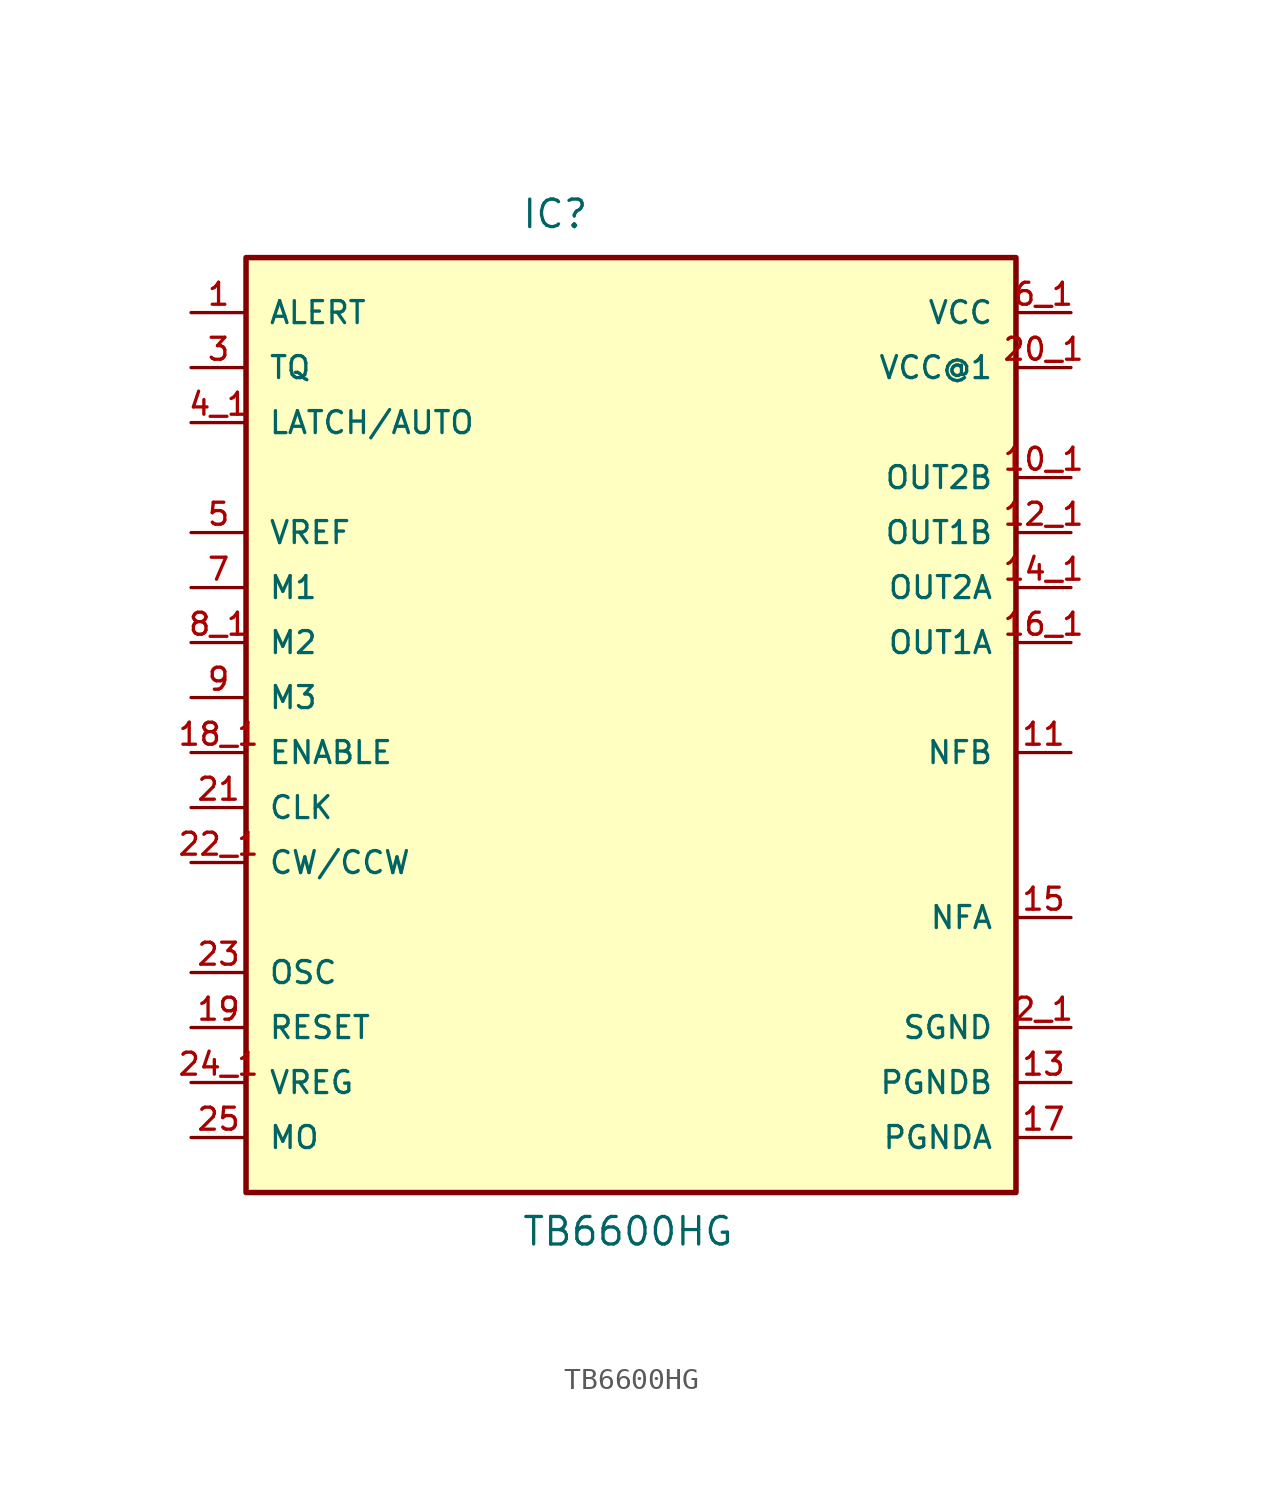
<source format=kicad_sym>
(kicad_symbol_lib
  (version 20211014)
  (generator kicad_symbol_editor)
  (symbol "TB6600HG"
    (pin_names
      (offset 1.016))
    (property "Reference" "IC"
      (at -5.08 21.59 0)
      (effects (font (size 1.27 1.27)) (justify bottom left)))
    (property "Value" "TB6600HG"
      (at -5.08 -25.4 0)
      (effects (font (size 1.27 1.27)) (justify bottom left)))
    (symbol "TB6600HG_0_0"
      (rectangle (start -17.78 -22.86) (end 17.78 20.32) (stroke (width 0.254)) (fill (type background)))
      (pin output line (at -20.32 17.78 0) (length 2.54) (name "ALERT" (effects (font (size 1.016 1.016)))) (number "1" (effects (font (size 1.016 1.016)))))
      (pin power_in line (at 20.32 -15.24 180.0) (length 2.54) (name "SGND" (effects (font (size 1.016 1.016)))) (number "2_1" (effects (font (size 1.016 1.016)))))
      (pin input line (at -20.32 15.24 0) (length 2.54) (name "TQ" (effects (font (size 1.016 1.016)))) (number "3" (effects (font (size 1.016 1.016)))))
      (pin input line (at -20.32 12.7 0) (length 2.54) (name "LATCH/AUTO" (effects (font (size 1.016 1.016)))) (number "4_1" (effects (font (size 1.016 1.016)))))
      (pin input line (at -20.32 7.62 0) (length 2.54) (name "VREF" (effects (font (size 1.016 1.016)))) (number "5" (effects (font (size 1.016 1.016)))))
      (pin power_in line (at 20.32 17.78 180.0) (length 2.54) (name "VCC" (effects (font (size 1.016 1.016)))) (number "6_1" (effects (font (size 1.016 1.016)))))
      (pin input line (at -20.32 5.08 0) (length 2.54) (name "M1" (effects (font (size 1.016 1.016)))) (number "7" (effects (font (size 1.016 1.016)))))
      (pin input line (at -20.32 2.54 0) (length 2.54) (name "M2" (effects (font (size 1.016 1.016)))) (number "8_1" (effects (font (size 1.016 1.016)))))
      (pin input line (at -20.32 0.0 0) (length 2.54) (name "M3" (effects (font (size 1.016 1.016)))) (number "9" (effects (font (size 1.016 1.016)))))
      (pin output line (at 20.32 10.16 180.0) (length 2.54) (name "OUT2B" (effects (font (size 1.016 1.016)))) (number "10_1" (effects (font (size 1.016 1.016)))))
      (pin passive line (at 20.32 -2.54 180.0) (length 2.54) (name "NFB" (effects (font (size 1.016 1.016)))) (number "11" (effects (font (size 1.016 1.016)))))
      (pin output line (at 20.32 7.62 180.0) (length 2.54) (name "OUT1B" (effects (font (size 1.016 1.016)))) (number "12_1" (effects (font (size 1.016 1.016)))))
      (pin power_in line (at 20.32 -17.78 180.0) (length 2.54) (name "PGNDB" (effects (font (size 1.016 1.016)))) (number "13" (effects (font (size 1.016 1.016)))))
      (pin output line (at 20.32 5.08 180.0) (length 2.54) (name "OUT2A" (effects (font (size 1.016 1.016)))) (number "14_1" (effects (font (size 1.016 1.016)))))
      (pin passive line (at 20.32 -10.16 180.0) (length 2.54) (name "NFA" (effects (font (size 1.016 1.016)))) (number "15" (effects (font (size 1.016 1.016)))))
      (pin output line (at 20.32 2.54 180.0) (length 2.54) (name "OUT1A" (effects (font (size 1.016 1.016)))) (number "16_1" (effects (font (size 1.016 1.016)))))
      (pin power_in line (at 20.32 -20.32 180.0) (length 2.54) (name "PGNDA" (effects (font (size 1.016 1.016)))) (number "17" (effects (font (size 1.016 1.016)))))
      (pin input line (at -20.32 -2.54 0) (length 2.54) (name "ENABLE" (effects (font (size 1.016 1.016)))) (number "18_1" (effects (font (size 1.016 1.016)))))
      (pin input line (at -20.32 -15.24 0) (length 2.54) (name "RESET" (effects (font (size 1.016 1.016)))) (number "19" (effects (font (size 1.016 1.016)))))
      (pin input line (at 20.32 15.24 180.0) (length 2.54) (name "VCC@1" (effects (font (size 1.016 1.016)))) (number "20_1" (effects (font (size 1.016 1.016)))))
      (pin input line (at -20.32 -5.08 0) (length 2.54) (name "CLK" (effects (font (size 1.016 1.016)))) (number "21" (effects (font (size 1.016 1.016)))))
      (pin input line (at -20.32 -7.62 0) (length 2.54) (name "CW/CCW" (effects (font (size 1.016 1.016)))) (number "22_1" (effects (font (size 1.016 1.016)))))
      (pin passive line (at -20.32 -12.7 0) (length 2.54) (name "OSC" (effects (font (size 1.016 1.016)))) (number "23" (effects (font (size 1.016 1.016)))))
      (pin output line (at -20.32 -17.78 0) (length 2.54) (name "VREG" (effects (font (size 1.016 1.016)))) (number "24_1" (effects (font (size 1.016 1.016)))))
      (pin output line (at -20.32 -20.32 0) (length 2.54) (name "MO" (effects (font (size 1.016 1.016)))) (number "25" (effects (font (size 1.016 1.016))))))))
</source>
